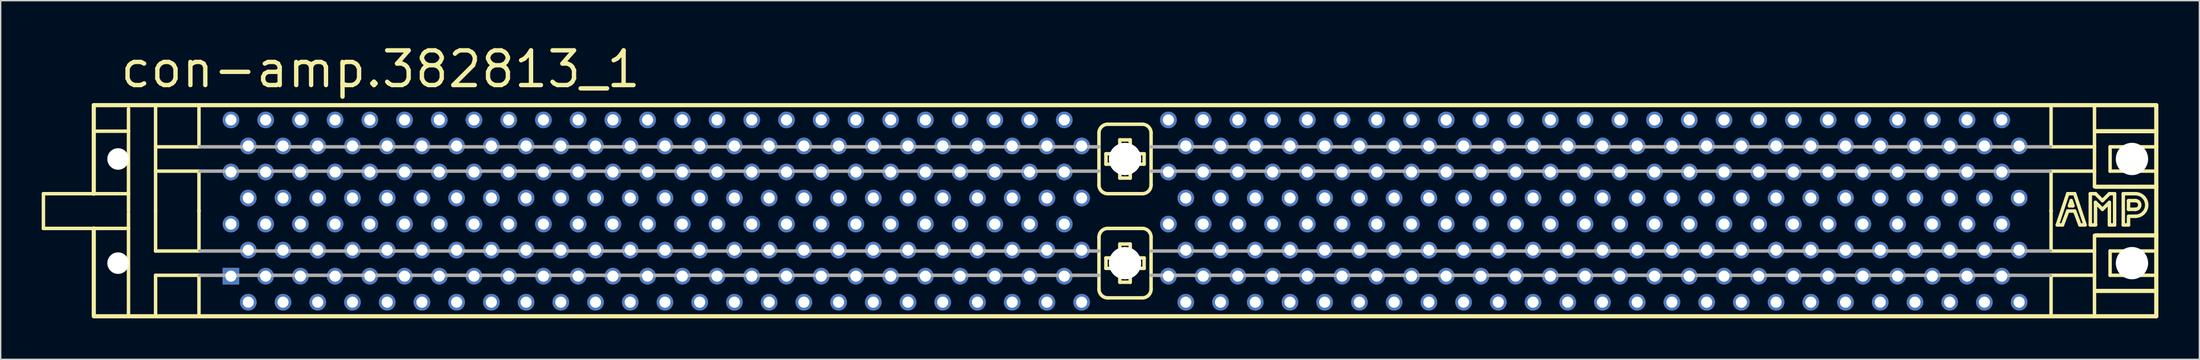
<source format=kicad_pcb>
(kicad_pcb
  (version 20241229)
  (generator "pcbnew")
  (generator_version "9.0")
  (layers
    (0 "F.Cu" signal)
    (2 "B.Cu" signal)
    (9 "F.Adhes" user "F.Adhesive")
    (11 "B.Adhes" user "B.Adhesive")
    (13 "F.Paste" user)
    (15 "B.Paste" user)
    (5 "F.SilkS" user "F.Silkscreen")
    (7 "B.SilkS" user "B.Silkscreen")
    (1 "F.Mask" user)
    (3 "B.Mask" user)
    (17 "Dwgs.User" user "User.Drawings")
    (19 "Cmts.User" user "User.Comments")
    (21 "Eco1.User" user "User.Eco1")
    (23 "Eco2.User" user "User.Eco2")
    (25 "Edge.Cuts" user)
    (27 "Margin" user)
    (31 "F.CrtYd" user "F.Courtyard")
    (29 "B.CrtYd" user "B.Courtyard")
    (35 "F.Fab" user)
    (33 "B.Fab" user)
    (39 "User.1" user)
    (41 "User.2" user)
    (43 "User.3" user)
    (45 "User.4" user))
  (footprint "con-amp.382813_1"
    (layer "F.Cu")
    (at 79.248 12.39)
    (property "Reference" "con-amp.382813_1" (at -73.66 -8.89 0) (layer "F.SilkS") (effects (font (size 2.54 2.54) (thickness 0.32)) (justify left bottom)))
    (attr through_hole)
    (fp_line (start -79.121 -1.27) (end -79.121 1.27) (stroke (width 0.254) (type default)) (layer "F.SilkS"))
    (fp_line (start -79.121 1.27) (end -75.438 1.27) (stroke (width 0.254) (type default)) (layer "F.SilkS"))
    (fp_line (start -75.438 -7.747) (end -75.438 -1.27) (stroke (width 0.305) (type default)) (layer "F.SilkS"))
    (fp_line (start -75.438 -7.747) (end 75.438 -7.747) (stroke (width 0.305) (type default)) (layer "F.SilkS"))
    (fp_line (start -75.438 -1.27) (end -79.121 -1.27) (stroke (width 0.254) (type default)) (layer "F.SilkS"))
    (fp_line (start -75.438 -1.27) (end -72.898 -1.27) (stroke (width 0.254) (type default)) (layer "F.SilkS"))
    (fp_line (start -75.438 1.27) (end -75.438 7.62) (stroke (width 0.305) (type default)) (layer "F.SilkS"))
    (fp_line (start -75.438 1.27) (end -72.898 1.27) (stroke (width 0.254) (type default)) (layer "F.SilkS"))
    (fp_line (start -75.311 -5.842) (end -72.898 -5.842) (stroke (width 0.254) (type default)) (layer "F.SilkS"))
    (fp_line (start -72.898 -7.493) (end -72.898 -5.842) (stroke (width 0.254) (type default)) (layer "F.SilkS"))
    (fp_line (start -72.898 -5.842) (end -72.898 -1.27) (stroke (width 0.254) (type default)) (layer "F.SilkS"))
    (fp_line (start -72.898 -1.27) (end -72.898 0) (stroke (width 0.254) (type default)) (layer "F.SilkS"))
    (fp_line (start -72.898 0.127) (end -72.898 1.27) (stroke (width 0.254) (type default)) (layer "F.SilkS"))
    (fp_line (start -72.898 1.27) (end -72.898 7.62) (stroke (width 0.254) (type default)) (layer "F.SilkS"))
    (fp_line (start -70.917 -7.671) (end -70.917 -4.699) (stroke (width 0.254) (type default)) (layer "F.SilkS"))
    (fp_line (start -70.917 -4.699) (end -70.917 -2.921) (stroke (width 0.254) (type default)) (layer "F.SilkS"))
    (fp_line (start -70.917 -4.699) (end -67.818 -4.699) (stroke (width 0.254) (type default)) (layer "F.SilkS"))
    (fp_line (start -70.917 -2.921) (end -70.917 0) (stroke (width 0.254) (type default)) (layer "F.SilkS"))
    (fp_line (start -70.917 -2.921) (end -67.818 -2.921) (stroke (width 0.254) (type default)) (layer "F.SilkS"))
    (fp_line (start -70.917 -0.051) (end -70.917 0) (stroke (width 0.254) (type default)) (layer "F.SilkS"))
    (fp_line (start -70.917 0) (end -70.917 2.921) (stroke (width 0.254) (type default)) (layer "F.SilkS"))
    (fp_line (start -70.917 2.921) (end -67.818 2.921) (stroke (width 0.254) (type default)) (layer "F.SilkS"))
    (fp_line (start -70.917 4.699) (end -70.917 7.62) (stroke (width 0.254) (type default)) (layer "F.SilkS"))
    (fp_line (start -70.917 4.699) (end -67.818 4.699) (stroke (width 0.254) (type default)) (layer "F.SilkS"))
    (fp_line (start -67.742 -7.671) (end -67.742 -4.699) (stroke (width 0.254) (type default)) (layer "F.SilkS"))
    (fp_line (start -67.742 -2.921) (end -67.742 0) (stroke (width 0.254) (type default)) (layer "F.SilkS"))
    (fp_line (start -67.742 -0.051) (end -67.742 0) (stroke (width 0.254) (type default)) (layer "F.SilkS"))
    (fp_line (start -67.742 0) (end -67.742 2.921) (stroke (width 0.254) (type default)) (layer "F.SilkS"))
    (fp_line (start -67.742 4.699) (end -67.742 7.62) (stroke (width 0.254) (type default)) (layer "F.SilkS"))
    (fp_line (start -1.905 -5.715) (end -1.905 -1.905) (stroke (width 0.254) (type default)) (layer "F.SilkS"))
    (fp_line (start -1.905 1.905) (end -1.905 5.715) (stroke (width 0.254) (type default)) (layer "F.SilkS"))
    (fp_line (start -1.397 -4.191) (end -1.397 -3.429) (stroke (width 0.254) (type default)) (layer "F.SilkS"))
    (fp_line (start -1.397 -3.429) (end -0.381 -3.429) (stroke (width 0.254) (type default)) (layer "F.SilkS"))
    (fp_line (start -1.397 3.429) (end -1.397 4.191) (stroke (width 0.254) (type default)) (layer "F.SilkS"))
    (fp_line (start -1.397 4.191) (end -0.381 4.191) (stroke (width 0.254) (type default)) (layer "F.SilkS"))
    (fp_line (start -1.27 -1.27) (end 1.27 -1.27) (stroke (width 0.254) (type default)) (layer "F.SilkS"))
    (fp_line (start -1.27 6.35) (end 1.27 6.35) (stroke (width 0.254) (type default)) (layer "F.SilkS"))
    (fp_line (start -0.381 -5.207) (end -0.381 -4.191) (stroke (width 0.254) (type default)) (layer "F.SilkS"))
    (fp_line (start -0.381 -4.191) (end -1.397 -4.191) (stroke (width 0.254) (type default)) (layer "F.SilkS"))
    (fp_line (start -0.381 -3.429) (end -0.381 -2.413) (stroke (width 0.254) (type default)) (layer "F.SilkS"))
    (fp_line (start -0.381 -2.413) (end 0.381 -2.413) (stroke (width 0.254) (type default)) (layer "F.SilkS"))
    (fp_line (start -0.381 2.413) (end -0.381 3.429) (stroke (width 0.254) (type default)) (layer "F.SilkS"))
    (fp_line (start -0.381 3.429) (end -1.397 3.429) (stroke (width 0.254) (type default)) (layer "F.SilkS"))
    (fp_line (start -0.381 4.191) (end -0.381 5.207) (stroke (width 0.254) (type default)) (layer "F.SilkS"))
    (fp_line (start -0.381 5.207) (end 0.381 5.207) (stroke (width 0.254) (type default)) (layer "F.SilkS"))
    (fp_line (start 0.381 -5.207) (end -0.381 -5.207) (stroke (width 0.254) (type default)) (layer "F.SilkS"))
    (fp_line (start 0.381 -4.191) (end 0.381 -5.207) (stroke (width 0.254) (type default)) (layer "F.SilkS"))
    (fp_line (start 0.381 -3.429) (end 1.397 -3.429) (stroke (width 0.254) (type default)) (layer "F.SilkS"))
    (fp_line (start 0.381 -2.413) (end 0.381 -3.429) (stroke (width 0.254) (type default)) (layer "F.SilkS"))
    (fp_line (start 0.381 2.413) (end -0.381 2.413) (stroke (width 0.254) (type default)) (layer "F.SilkS"))
    (fp_line (start 0.381 3.429) (end 0.381 2.413) (stroke (width 0.254) (type default)) (layer "F.SilkS"))
    (fp_line (start 0.381 4.191) (end 1.397 4.191) (stroke (width 0.254) (type default)) (layer "F.SilkS"))
    (fp_line (start 0.381 5.207) (end 0.381 4.191) (stroke (width 0.254) (type default)) (layer "F.SilkS"))
    (fp_line (start 1.27 -6.35) (end -1.27 -6.35) (stroke (width 0.254) (type default)) (layer "F.SilkS"))
    (fp_line (start 1.27 1.27) (end -1.27 1.27) (stroke (width 0.254) (type default)) (layer "F.SilkS"))
    (fp_line (start 1.397 -4.191) (end 0.381 -4.191) (stroke (width 0.254) (type default)) (layer "F.SilkS"))
    (fp_line (start 1.397 -3.429) (end 1.397 -4.191) (stroke (width 0.254) (type default)) (layer "F.SilkS"))
    (fp_line (start 1.397 3.429) (end 0.381 3.429) (stroke (width 0.254) (type default)) (layer "F.SilkS"))
    (fp_line (start 1.397 4.191) (end 1.397 3.429) (stroke (width 0.254) (type default)) (layer "F.SilkS"))
    (fp_line (start 1.905 -1.905) (end 1.905 -5.715) (stroke (width 0.254) (type default)) (layer "F.SilkS"))
    (fp_line (start 1.905 5.715) (end 1.905 1.905) (stroke (width 0.254) (type default)) (layer "F.SilkS"))
    (fp_line (start 67.742 -7.671) (end 67.742 -4.699) (stroke (width 0.254) (type default)) (layer "F.SilkS"))
    (fp_line (start 67.742 -2.921) (end 67.742 0) (stroke (width 0.254) (type default)) (layer "F.SilkS"))
    (fp_line (start 67.742 -0.051) (end 67.742 0) (stroke (width 0.254) (type default)) (layer "F.SilkS"))
    (fp_line (start 67.742 0) (end 67.742 2.921) (stroke (width 0.254) (type default)) (layer "F.SilkS"))
    (fp_line (start 67.742 4.699) (end 67.742 7.62) (stroke (width 0.254) (type default)) (layer "F.SilkS"))
    (fp_line (start 68.199 1.016) (end 68.961 -1.27) (stroke (width 0.254) (type default)) (layer "F.SilkS"))
    (fp_line (start 68.58 1.016) (end 68.199 1.016) (stroke (width 0.254) (type default)) (layer "F.SilkS"))
    (fp_line (start 68.961 -1.27) (end 69.469 -1.27) (stroke (width 0.254) (type default)) (layer "F.SilkS"))
    (fp_line (start 68.961 0) (end 68.58 1.016) (stroke (width 0.254) (type default)) (layer "F.SilkS"))
    (fp_line (start 69.088 -0.381) (end 69.342 -0.381) (stroke (width 0.254) (type default)) (layer "F.SilkS"))
    (fp_line (start 69.215 -0.762) (end 69.088 -0.381) (stroke (width 0.254) (type default)) (layer "F.SilkS"))
    (fp_line (start 69.342 -0.381) (end 69.215 -0.762) (stroke (width 0.254) (type default)) (layer "F.SilkS"))
    (fp_line (start 69.469 -1.27) (end 70.231 1.016) (stroke (width 0.254) (type default)) (layer "F.SilkS"))
    (fp_line (start 69.469 0) (end 68.961 0) (stroke (width 0.254) (type default)) (layer "F.SilkS"))
    (fp_line (start 69.85 1.016) (end 69.469 0) (stroke (width 0.254) (type default)) (layer "F.SilkS"))
    (fp_line (start 70.231 1.016) (end 69.85 1.016) (stroke (width 0.254) (type default)) (layer "F.SilkS"))
    (fp_line (start 70.612 -1.27) (end 70.993 -1.27) (stroke (width 0.254) (type default)) (layer "F.SilkS"))
    (fp_line (start 70.612 1.016) (end 70.612 -1.27) (stroke (width 0.254) (type default)) (layer "F.SilkS"))
    (fp_line (start 70.917 -7.671) (end 70.917 -4.699) (stroke (width 0.254) (type default)) (layer "F.SilkS"))
    (fp_line (start 70.917 -4.699) (end 67.818 -4.699) (stroke (width 0.254) (type default)) (layer "F.SilkS"))
    (fp_line (start 70.917 -4.699) (end 70.917 -2.921) (stroke (width 0.254) (type default)) (layer "F.SilkS"))
    (fp_line (start 70.917 -2.921) (end 67.818 -2.921) (stroke (width 0.254) (type default)) (layer "F.SilkS"))
    (fp_line (start 70.917 -2.921) (end 70.917 -1.778) (stroke (width 0.254) (type default)) (layer "F.SilkS"))
    (fp_line (start 70.917 1.778) (end 70.917 2.921) (stroke (width 0.254) (type default)) (layer "F.SilkS"))
    (fp_line (start 70.917 2.921) (end 67.818 2.921) (stroke (width 0.254) (type default)) (layer "F.SilkS"))
    (fp_line (start 70.917 2.921) (end 70.917 4.699) (stroke (width 0.254) (type default)) (layer "F.SilkS"))
    (fp_line (start 70.917 4.699) (end 67.818 4.699) (stroke (width 0.254) (type default)) (layer "F.SilkS"))
    (fp_line (start 70.917 4.699) (end 70.917 7.62) (stroke (width 0.254) (type default)) (layer "F.SilkS"))
    (fp_line (start 70.993 -1.27) (end 71.501 -0.762) (stroke (width 0.254) (type default)) (layer "F.SilkS"))
    (fp_line (start 70.993 -0.635) (end 70.993 1.016) (stroke (width 0.254) (type default)) (layer "F.SilkS"))
    (fp_line (start 70.993 1.016) (end 70.612 1.016) (stroke (width 0.254) (type default)) (layer "F.SilkS"))
    (fp_line (start 71.501 -0.762) (end 72.009 -1.27) (stroke (width 0.254) (type default)) (layer "F.SilkS"))
    (fp_line (start 71.501 -0.127) (end 70.993 -0.635) (stroke (width 0.254) (type default)) (layer "F.SilkS"))
    (fp_line (start 72.009 -1.27) (end 72.39 -1.27) (stroke (width 0.254) (type default)) (layer "F.SilkS"))
    (fp_line (start 72.009 -0.635) (end 71.501 -0.127) (stroke (width 0.254) (type default)) (layer "F.SilkS"))
    (fp_line (start 72.009 1.016) (end 72.009 -0.635) (stroke (width 0.254) (type default)) (layer "F.SilkS"))
    (fp_line (start 72.06 -4.699) (end 72.06 -2.921) (stroke (width 0.254) (type default)) (layer "F.SilkS"))
    (fp_line (start 72.06 2.921) (end 72.06 4.699) (stroke (width 0.254) (type default)) (layer "F.SilkS"))
    (fp_line (start 72.39 -1.27) (end 72.39 1.016) (stroke (width 0.254) (type default)) (layer "F.SilkS"))
    (fp_line (start 72.39 1.016) (end 72.009 1.016) (stroke (width 0.254) (type default)) (layer "F.SilkS"))
    (fp_line (start 73.025 -1.27) (end 73.914 -1.27) (stroke (width 0.254) (type default)) (layer "F.SilkS"))
    (fp_line (start 73.025 1.016) (end 73.025 -1.27) (stroke (width 0.254) (type default)) (layer "F.SilkS"))
    (fp_line (start 73.025 1.016) (end 73.406 1.016) (stroke (width 0.254) (type default)) (layer "F.SilkS"))
    (fp_line (start 73.406 -0.762) (end 73.914 -0.762) (stroke (width 0.254) (type default)) (layer "F.SilkS"))
    (fp_line (start 73.406 -0.127) (end 73.406 -0.762) (stroke (width 0.254) (type default)) (layer "F.SilkS"))
    (fp_line (start 73.406 0.381) (end 73.914 0.381) (stroke (width 0.254) (type default)) (layer "F.SilkS"))
    (fp_line (start 73.406 1.016) (end 73.406 0.508) (stroke (width 0.254) (type default)) (layer "F.SilkS"))
    (fp_line (start 73.914 -0.127) (end 73.406 -0.127) (stroke (width 0.254) (type default)) (layer "F.SilkS"))
    (fp_line (start 75.438 -7.747) (end 75.438 -5.842) (stroke (width 0.305) (type default)) (layer "F.SilkS"))
    (fp_line (start 75.438 -5.842) (end 70.993 -5.842) (stroke (width 0.305) (type default)) (layer "F.SilkS"))
    (fp_line (start 75.438 -5.842) (end 75.438 -4.699) (stroke (width 0.305) (type default)) (layer "F.SilkS"))
    (fp_line (start 75.438 -4.699) (end 72.06 -4.699) (stroke (width 0.254) (type default)) (layer "F.SilkS"))
    (fp_line (start 75.438 -4.699) (end 75.438 -2.921) (stroke (width 0.305) (type default)) (layer "F.SilkS"))
    (fp_line (start 75.438 -2.921) (end 72.06 -2.921) (stroke (width 0.254) (type default)) (layer "F.SilkS"))
    (fp_line (start 75.438 -2.921) (end 75.438 -1.778) (stroke (width 0.305) (type default)) (layer "F.SilkS"))
    (fp_line (start 75.438 -1.778) (end 70.993 -1.778) (stroke (width 0.305) (type default)) (layer "F.SilkS"))
    (fp_line (start 75.438 -1.778) (end 75.438 1.778) (stroke (width 0.305) (type default)) (layer "F.SilkS"))
    (fp_line (start 75.438 1.778) (end 70.993 1.778) (stroke (width 0.305) (type default)) (layer "F.SilkS"))
    (fp_line (start 75.438 1.778) (end 75.438 2.921) (stroke (width 0.305) (type default)) (layer "F.SilkS"))
    (fp_line (start 75.438 2.921) (end 72.06 2.921) (stroke (width 0.254) (type default)) (layer "F.SilkS"))
    (fp_line (start 75.438 2.921) (end 75.438 4.699) (stroke (width 0.305) (type default)) (layer "F.SilkS"))
    (fp_line (start 75.438 4.699) (end 72.06 4.699) (stroke (width 0.254) (type default)) (layer "F.SilkS"))
    (fp_line (start 75.438 4.699) (end 75.438 5.842) (stroke (width 0.305) (type default)) (layer "F.SilkS"))
    (fp_line (start 75.438 5.842) (end 70.993 5.842) (stroke (width 0.305) (type default)) (layer "F.SilkS"))
    (fp_line (start 75.438 5.842) (end 75.438 7.696) (stroke (width 0.305) (type default)) (layer "F.SilkS"))
    (fp_line (start 75.438 7.696) (end -75.438 7.696) (stroke (width 0.305) (type default)) (layer "F.SilkS"))
    (fp_arc (start -1.905 -5.715) (mid -1.719013 -6.164013) (end -1.27 -6.35) (stroke (width 0.254) (type default)) (layer "F.SilkS"))
    (fp_arc (start -1.905 1.905) (mid -1.719013 1.455987) (end -1.27 1.27) (stroke (width 0.254) (type default)) (layer "F.SilkS"))
    (fp_arc (start -1.27 -1.27) (mid -1.719013 -1.455987) (end -1.905 -1.905) (stroke (width 0.254) (type default)) (layer "F.SilkS"))
    (fp_arc (start -1.27 6.35) (mid -1.719013 6.164013) (end -1.905 5.715) (stroke (width 0.254) (type default)) (layer "F.SilkS"))
    (fp_arc (start 1.27 -6.35) (mid 1.719013 -6.164013) (end 1.905 -5.715) (stroke (width 0.254) (type default)) (layer "F.SilkS"))
    (fp_arc (start 1.27 1.27) (mid 1.719013 1.455987) (end 1.905 1.905) (stroke (width 0.254) (type default)) (layer "F.SilkS"))
    (fp_arc (start 1.905 -1.905) (mid 1.719013 -1.455987) (end 1.27 -1.27) (stroke (width 0.254) (type default)) (layer "F.SilkS"))
    (fp_arc (start 1.905 5.715) (mid 1.719013 6.164013) (end 1.27 6.35) (stroke (width 0.254) (type default)) (layer "F.SilkS"))
    (fp_arc (start 73.914 -1.27) (mid 74.7395 -0.4445) (end 73.914 0.381) (stroke (width 0.254) (type default)) (layer "F.SilkS"))
    (fp_arc (start 73.914 -0.762) (mid 74.2315 -0.4445) (end 73.914 -0.127) (stroke (width 0.254) (type default)) (layer "F.SilkS"))
    (fp_line (start -67.691 -4.699) (end -1.905 -4.699) (stroke (width 0.254) (type default)) (layer "F.Fab"))
    (fp_line (start -67.691 -2.921) (end -1.905 -2.921) (stroke (width 0.254) (type default)) (layer "F.Fab"))
    (fp_line (start -67.691 2.921) (end -1.905 2.921) (stroke (width 0.254) (type default)) (layer "F.Fab"))
    (fp_line (start -67.691 4.699) (end -1.905 4.699) (stroke (width 0.254) (type default)) (layer "F.Fab"))
    (fp_line (start 1.905 -4.699) (end 67.691 -4.699) (stroke (width 0.254) (type default)) (layer "F.Fab"))
    (fp_line (start 1.905 -2.921) (end 67.691 -2.921) (stroke (width 0.254) (type default)) (layer "F.Fab"))
    (fp_line (start 1.905 2.921) (end 67.691 2.921) (stroke (width 0.254) (type default)) (layer "F.Fab"))
    (fp_line (start 1.905 4.699) (end 67.691 4.699) (stroke (width 0.254) (type default)) (layer "F.Fab"))
    (pad "" np_thru_hole circle (at -73.66 -3.81) (size 1.575 1.575) (drill 1.575) (layers "*.Cu" "*.Mask"))
    (pad "" np_thru_hole circle (at -73.66 3.81) (size 1.575 1.575) (drill 1.575) (layers "*.Cu" "*.Mask"))
    (pad "" np_thru_hole circle (at 0 -3.81) (size 2.362 2.362) (drill 2.362) (layers "*.Cu" "*.Mask"))
    (pad "" np_thru_hole circle (at 0 3.81) (size 2.362 2.362) (drill 2.362) (layers "*.Cu" "*.Mask"))
    (pad "" np_thru_hole circle (at 73.66 -3.81) (size 2.362 2.362) (drill 2.362) (layers "*.Cu" "*.Mask"))
    (pad "" np_thru_hole circle (at 73.66 3.81) (size 2.362 2.362) (drill 2.362) (layers "*.Cu" "*.Mask"))
    (pad "1" thru_hole rect (at -65.405 4.763) (size 1.219 1.219) (drill 0.813) (layers "*.Cu" "*.Mask"))
    (pad "2" thru_hole circle (at -64.135 6.668) (size 1.219 1.219) (drill 0.813) (layers "*.Cu" "*.Mask"))
    (pad "3" thru_hole circle (at -62.865 4.763) (size 1.219 1.219) (drill 0.813) (layers "*.Cu" "*.Mask"))
    (pad "4" thru_hole circle (at -61.595 6.668) (size 1.219 1.219) (drill 0.813) (layers "*.Cu" "*.Mask"))
    (pad "5" thru_hole circle (at -60.325 4.763) (size 1.219 1.219) (drill 0.813) (layers "*.Cu" "*.Mask"))
    (pad "6" thru_hole circle (at -59.055 6.668) (size 1.219 1.219) (drill 0.813) (layers "*.Cu" "*.Mask"))
    (pad "7" thru_hole circle (at -57.785 4.763) (size 1.219 1.219) (drill 0.813) (layers "*.Cu" "*.Mask"))
    (pad "8" thru_hole circle (at -56.515 6.668) (size 1.219 1.219) (drill 0.813) (layers "*.Cu" "*.Mask"))
    (pad "9" thru_hole circle (at -55.245 4.763) (size 1.219 1.219) (drill 0.813) (layers "*.Cu" "*.Mask"))
    (pad "10" thru_hole circle (at -53.975 6.668) (size 1.219 1.219) (drill 0.813) (layers "*.Cu" "*.Mask"))
    (pad "11" thru_hole circle (at -52.705 4.763) (size 1.219 1.219) (drill 0.813) (layers "*.Cu" "*.Mask"))
    (pad "12" thru_hole circle (at -51.435 6.668) (size 1.219 1.219) (drill 0.813) (layers "*.Cu" "*.Mask"))
    (pad "13" thru_hole circle (at -50.165 4.763) (size 1.219 1.219) (drill 0.813) (layers "*.Cu" "*.Mask"))
    (pad "14" thru_hole circle (at -48.895 6.668) (size 1.219 1.219) (drill 0.813) (layers "*.Cu" "*.Mask"))
    (pad "15" thru_hole circle (at -47.625 4.763) (size 1.219 1.219) (drill 0.813) (layers "*.Cu" "*.Mask"))
    (pad "16" thru_hole circle (at -46.355 6.668) (size 1.219 1.219) (drill 0.813) (layers "*.Cu" "*.Mask"))
    (pad "17" thru_hole circle (at -45.085 4.763) (size 1.219 1.219) (drill 0.813) (layers "*.Cu" "*.Mask"))
    (pad "18" thru_hole circle (at -43.815 6.668) (size 1.219 1.219) (drill 0.813) (layers "*.Cu" "*.Mask"))
    (pad "19" thru_hole circle (at -42.545 4.763) (size 1.219 1.219) (drill 0.813) (layers "*.Cu" "*.Mask"))
    (pad "20" thru_hole circle (at -41.275 6.668) (size 1.219 1.219) (drill 0.813) (layers "*.Cu" "*.Mask"))
    (pad "21" thru_hole circle (at -40.005 4.763) (size 1.219 1.219) (drill 0.813) (layers "*.Cu" "*.Mask"))
    (pad "22" thru_hole circle (at -38.735 6.668) (size 1.219 1.219) (drill 0.813) (layers "*.Cu" "*.Mask"))
    (pad "23" thru_hole circle (at -37.465 4.763) (size 1.219 1.219) (drill 0.813) (layers "*.Cu" "*.Mask"))
    (pad "24" thru_hole circle (at -36.195 6.668) (size 1.219 1.219) (drill 0.813) (layers "*.Cu" "*.Mask"))
    (pad "25" thru_hole circle (at -34.925 4.763) (size 1.219 1.219) (drill 0.813) (layers "*.Cu" "*.Mask"))
    (pad "26" thru_hole circle (at -33.655 6.668) (size 1.219 1.219) (drill 0.813) (layers "*.Cu" "*.Mask"))
    (pad "27" thru_hole circle (at -32.385 4.763) (size 1.219 1.219) (drill 0.813) (layers "*.Cu" "*.Mask"))
    (pad "28" thru_hole circle (at -31.115 6.668) (size 1.219 1.219) (drill 0.813) (layers "*.Cu" "*.Mask"))
    (pad "29" thru_hole circle (at -29.845 4.763) (size 1.219 1.219) (drill 0.813) (layers "*.Cu" "*.Mask"))
    (pad "30" thru_hole circle (at -28.575 6.668) (size 1.219 1.219) (drill 0.813) (layers "*.Cu" "*.Mask"))
    (pad "31" thru_hole circle (at -27.305 4.763) (size 1.219 1.219) (drill 0.813) (layers "*.Cu" "*.Mask"))
    (pad "32" thru_hole circle (at -26.035 6.668) (size 1.219 1.219) (drill 0.813) (layers "*.Cu" "*.Mask"))
    (pad "33" thru_hole circle (at -24.765 4.763) (size 1.219 1.219) (drill 0.813) (layers "*.Cu" "*.Mask"))
    (pad "34" thru_hole circle (at -23.495 6.668) (size 1.219 1.219) (drill 0.813) (layers "*.Cu" "*.Mask"))
    (pad "35" thru_hole circle (at -22.225 4.763) (size 1.219 1.219) (drill 0.813) (layers "*.Cu" "*.Mask"))
    (pad "36" thru_hole circle (at -20.955 6.668) (size 1.219 1.219) (drill 0.813) (layers "*.Cu" "*.Mask"))
    (pad "37" thru_hole circle (at -19.685 4.763) (size 1.219 1.219) (drill 0.813) (layers "*.Cu" "*.Mask"))
    (pad "38" thru_hole circle (at -18.415 6.668) (size 1.219 1.219) (drill 0.813) (layers "*.Cu" "*.Mask"))
    (pad "39" thru_hole circle (at -17.145 4.763) (size 1.219 1.219) (drill 0.813) (layers "*.Cu" "*.Mask"))
    (pad "40" thru_hole circle (at -15.875 6.668) (size 1.219 1.219) (drill 0.813) (layers "*.Cu" "*.Mask"))
    (pad "41" thru_hole circle (at -14.605 4.763) (size 1.219 1.219) (drill 0.813) (layers "*.Cu" "*.Mask"))
    (pad "42" thru_hole circle (at -13.335 6.668) (size 1.219 1.219) (drill 0.813) (layers "*.Cu" "*.Mask"))
    (pad "43" thru_hole circle (at -12.065 4.763) (size 1.219 1.219) (drill 0.813) (layers "*.Cu" "*.Mask"))
    (pad "44" thru_hole circle (at -10.795 6.668) (size 1.219 1.219) (drill 0.813) (layers "*.Cu" "*.Mask"))
    (pad "45" thru_hole circle (at -9.525 4.763) (size 1.219 1.219) (drill 0.813) (layers "*.Cu" "*.Mask"))
    (pad "46" thru_hole circle (at -8.255 6.668) (size 1.219 1.219) (drill 0.813) (layers "*.Cu" "*.Mask"))
    (pad "47" thru_hole circle (at -6.985 4.763) (size 1.219 1.219) (drill 0.813) (layers "*.Cu" "*.Mask"))
    (pad "48" thru_hole circle (at -5.715 6.668) (size 1.219 1.219) (drill 0.813) (layers "*.Cu" "*.Mask"))
    (pad "49" thru_hole circle (at -4.445 4.763) (size 1.219 1.219) (drill 0.813) (layers "*.Cu" "*.Mask"))
    (pad "50" thru_hole circle (at -3.175 6.668) (size 1.219 1.219) (drill 0.813) (layers "*.Cu" "*.Mask"))
    (pad "51" thru_hole circle (at 3.175 4.763) (size 1.219 1.219) (drill 0.813) (layers "*.Cu" "*.Mask"))
    (pad "52" thru_hole circle (at 4.445 6.668) (size 1.219 1.219) (drill 0.813) (layers "*.Cu" "*.Mask"))
    (pad "53" thru_hole circle (at 5.715 4.763) (size 1.219 1.219) (drill 0.813) (layers "*.Cu" "*.Mask"))
    (pad "54" thru_hole circle (at 6.985 6.668) (size 1.219 1.219) (drill 0.813) (layers "*.Cu" "*.Mask"))
    (pad "55" thru_hole circle (at 8.255 4.763) (size 1.219 1.219) (drill 0.813) (layers "*.Cu" "*.Mask"))
    (pad "56" thru_hole circle (at 9.525 6.668) (size 1.219 1.219) (drill 0.813) (layers "*.Cu" "*.Mask"))
    (pad "57" thru_hole circle (at 10.795 4.763) (size 1.219 1.219) (drill 0.813) (layers "*.Cu" "*.Mask"))
    (pad "58" thru_hole circle (at 12.065 6.668) (size 1.219 1.219) (drill 0.813) (layers "*.Cu" "*.Mask"))
    (pad "59" thru_hole circle (at 13.335 4.763) (size 1.219 1.219) (drill 0.813) (layers "*.Cu" "*.Mask"))
    (pad "60" thru_hole circle (at 14.605 6.668) (size 1.219 1.219) (drill 0.813) (layers "*.Cu" "*.Mask"))
    (pad "61" thru_hole circle (at 15.875 4.763) (size 1.219 1.219) (drill 0.813) (layers "*.Cu" "*.Mask"))
    (pad "62" thru_hole circle (at 17.145 6.668) (size 1.219 1.219) (drill 0.813) (layers "*.Cu" "*.Mask"))
    (pad "63" thru_hole circle (at 18.415 4.763) (size 1.219 1.219) (drill 0.813) (layers "*.Cu" "*.Mask"))
    (pad "64" thru_hole circle (at 19.685 6.668) (size 1.219 1.219) (drill 0.813) (layers "*.Cu" "*.Mask"))
    (pad "65" thru_hole circle (at 20.955 4.763) (size 1.219 1.219) (drill 0.813) (layers "*.Cu" "*.Mask"))
    (pad "66" thru_hole circle (at 22.225 6.668) (size 1.219 1.219) (drill 0.813) (layers "*.Cu" "*.Mask"))
    (pad "67" thru_hole circle (at 23.495 4.763) (size 1.219 1.219) (drill 0.813) (layers "*.Cu" "*.Mask"))
    (pad "68" thru_hole circle (at 24.765 6.668) (size 1.219 1.219) (drill 0.813) (layers "*.Cu" "*.Mask"))
    (pad "69" thru_hole circle (at 26.035 4.763) (size 1.219 1.219) (drill 0.813) (layers "*.Cu" "*.Mask"))
    (pad "70" thru_hole circle (at 27.305 6.668) (size 1.219 1.219) (drill 0.813) (layers "*.Cu" "*.Mask"))
    (pad "71" thru_hole circle (at 28.575 4.763) (size 1.219 1.219) (drill 0.813) (layers "*.Cu" "*.Mask"))
    (pad "72" thru_hole circle (at 29.845 6.668) (size 1.219 1.219) (drill 0.813) (layers "*.Cu" "*.Mask"))
    (pad "73" thru_hole circle (at 31.115 4.763) (size 1.219 1.219) (drill 0.813) (layers "*.Cu" "*.Mask"))
    (pad "74" thru_hole circle (at 32.385 6.668) (size 1.219 1.219) (drill 0.813) (layers "*.Cu" "*.Mask"))
    (pad "75" thru_hole circle (at 33.655 4.763) (size 1.219 1.219) (drill 0.813) (layers "*.Cu" "*.Mask"))
    (pad "76" thru_hole circle (at 34.925 6.668) (size 1.219 1.219) (drill 0.813) (layers "*.Cu" "*.Mask"))
    (pad "77" thru_hole circle (at 36.195 4.763) (size 1.219 1.219) (drill 0.813) (layers "*.Cu" "*.Mask"))
    (pad "78" thru_hole circle (at 37.465 6.668) (size 1.219 1.219) (drill 0.813) (layers "*.Cu" "*.Mask"))
    (pad "79" thru_hole circle (at 38.735 4.763) (size 1.219 1.219) (drill 0.813) (layers "*.Cu" "*.Mask"))
    (pad "80" thru_hole circle (at 40.005 6.668) (size 1.219 1.219) (drill 0.813) (layers "*.Cu" "*.Mask"))
    (pad "81" thru_hole circle (at 41.275 4.763) (size 1.219 1.219) (drill 0.813) (layers "*.Cu" "*.Mask"))
    (pad "82" thru_hole circle (at 42.545 6.668) (size 1.219 1.219) (drill 0.813) (layers "*.Cu" "*.Mask"))
    (pad "83" thru_hole circle (at 43.815 4.763) (size 1.219 1.219) (drill 0.813) (layers "*.Cu" "*.Mask"))
    (pad "84" thru_hole circle (at 45.085 6.668) (size 1.219 1.219) (drill 0.813) (layers "*.Cu" "*.Mask"))
    (pad "85" thru_hole circle (at 46.355 4.763) (size 1.219 1.219) (drill 0.813) (layers "*.Cu" "*.Mask"))
    (pad "86" thru_hole circle (at 47.625 6.668) (size 1.219 1.219) (drill 0.813) (layers "*.Cu" "*.Mask"))
    (pad "87" thru_hole circle (at 48.895 4.763) (size 1.219 1.219) (drill 0.813) (layers "*.Cu" "*.Mask"))
    (pad "88" thru_hole circle (at 50.165 6.668) (size 1.219 1.219) (drill 0.813) (layers "*.Cu" "*.Mask"))
    (pad "89" thru_hole circle (at 51.435 4.763) (size 1.219 1.219) (drill 0.813) (layers "*.Cu" "*.Mask"))
    (pad "90" thru_hole circle (at 52.705 6.668) (size 1.219 1.219) (drill 0.813) (layers "*.Cu" "*.Mask"))
    (pad "91" thru_hole circle (at 53.975 4.763) (size 1.219 1.219) (drill 0.813) (layers "*.Cu" "*.Mask"))
    (pad "92" thru_hole circle (at 55.245 6.668) (size 1.219 1.219) (drill 0.813) (layers "*.Cu" "*.Mask"))
    (pad "93" thru_hole circle (at 56.515 4.763) (size 1.219 1.219) (drill 0.813) (layers "*.Cu" "*.Mask"))
    (pad "94" thru_hole circle (at 57.785 6.668) (size 1.219 1.219) (drill 0.813) (layers "*.Cu" "*.Mask"))
    (pad "95" thru_hole circle (at 59.055 4.763) (size 1.219 1.219) (drill 0.813) (layers "*.Cu" "*.Mask"))
    (pad "96" thru_hole circle (at 60.325 6.668) (size 1.219 1.219) (drill 0.813) (layers "*.Cu" "*.Mask"))
    (pad "97" thru_hole circle (at 61.595 4.763) (size 1.219 1.219) (drill 0.813) (layers "*.Cu" "*.Mask"))
    (pad "98" thru_hole circle (at 62.865 6.668) (size 1.219 1.219) (drill 0.813) (layers "*.Cu" "*.Mask"))
    (pad "99" thru_hole circle (at 64.135 4.763) (size 1.219 1.219) (drill 0.813) (layers "*.Cu" "*.Mask"))
    (pad "100" thru_hole circle (at 65.405 6.668) (size 1.219 1.219) (drill 0.813) (layers "*.Cu" "*.Mask"))
    (pad "101" thru_hole circle (at -65.405 0.953) (size 1.219 1.219) (drill 0.813) (layers "*.Cu" "*.Mask"))
    (pad "102" thru_hole circle (at -64.135 2.857) (size 1.219 1.219) (drill 0.813) (layers "*.Cu" "*.Mask"))
    (pad "103" thru_hole circle (at -62.865 0.953) (size 1.219 1.219) (drill 0.813) (layers "*.Cu" "*.Mask"))
    (pad "104" thru_hole circle (at -61.595 2.857) (size 1.219 1.219) (drill 0.813) (layers "*.Cu" "*.Mask"))
    (pad "105" thru_hole circle (at -60.325 0.953) (size 1.219 1.219) (drill 0.813) (layers "*.Cu" "*.Mask"))
    (pad "106" thru_hole circle (at -59.055 2.857) (size 1.219 1.219) (drill 0.813) (layers "*.Cu" "*.Mask"))
    (pad "107" thru_hole circle (at -57.785 0.953) (size 1.219 1.219) (drill 0.813) (layers "*.Cu" "*.Mask"))
    (pad "108" thru_hole circle (at -56.515 2.857) (size 1.219 1.219) (drill 0.813) (layers "*.Cu" "*.Mask"))
    (pad "109" thru_hole circle (at -55.245 0.953) (size 1.219 1.219) (drill 0.813) (layers "*.Cu" "*.Mask"))
    (pad "110" thru_hole circle (at -53.975 2.857) (size 1.219 1.219) (drill 0.813) (layers "*.Cu" "*.Mask"))
    (pad "111" thru_hole circle (at -52.705 0.953) (size 1.219 1.219) (drill 0.813) (layers "*.Cu" "*.Mask"))
    (pad "112" thru_hole circle (at -51.435 2.857) (size 1.219 1.219) (drill 0.813) (layers "*.Cu" "*.Mask"))
    (pad "113" thru_hole circle (at -50.165 0.953) (size 1.219 1.219) (drill 0.813) (layers "*.Cu" "*.Mask"))
    (pad "114" thru_hole circle (at -48.895 2.857) (size 1.219 1.219) (drill 0.813) (layers "*.Cu" "*.Mask"))
    (pad "115" thru_hole circle (at -47.625 0.953) (size 1.219 1.219) (drill 0.813) (layers "*.Cu" "*.Mask"))
    (pad "116" thru_hole circle (at -46.355 2.857) (size 1.219 1.219) (drill 0.813) (layers "*.Cu" "*.Mask"))
    (pad "117" thru_hole circle (at -45.085 0.953) (size 1.219 1.219) (drill 0.813) (layers "*.Cu" "*.Mask"))
    (pad "118" thru_hole circle (at -43.815 2.857) (size 1.219 1.219) (drill 0.813) (layers "*.Cu" "*.Mask"))
    (pad "119" thru_hole circle (at -42.545 0.953) (size 1.219 1.219) (drill 0.813) (layers "*.Cu" "*.Mask"))
    (pad "120" thru_hole circle (at -41.275 2.857) (size 1.219 1.219) (drill 0.813) (layers "*.Cu" "*.Mask"))
    (pad "121" thru_hole circle (at -40.005 0.953) (size 1.219 1.219) (drill 0.813) (layers "*.Cu" "*.Mask"))
    (pad "122" thru_hole circle (at -38.735 2.857) (size 1.219 1.219) (drill 0.813) (layers "*.Cu" "*.Mask"))
    (pad "123" thru_hole circle (at -37.465 0.953) (size 1.219 1.219) (drill 0.813) (layers "*.Cu" "*.Mask"))
    (pad "124" thru_hole circle (at -36.195 2.857) (size 1.219 1.219) (drill 0.813) (layers "*.Cu" "*.Mask"))
    (pad "125" thru_hole circle (at -34.925 0.953) (size 1.219 1.219) (drill 0.813) (layers "*.Cu" "*.Mask"))
    (pad "126" thru_hole circle (at -33.655 2.857) (size 1.219 1.219) (drill 0.813) (layers "*.Cu" "*.Mask"))
    (pad "127" thru_hole circle (at -32.385 0.953) (size 1.219 1.219) (drill 0.813) (layers "*.Cu" "*.Mask"))
    (pad "128" thru_hole circle (at -31.115 2.857) (size 1.219 1.219) (drill 0.813) (layers "*.Cu" "*.Mask"))
    (pad "129" thru_hole circle (at -29.845 0.953) (size 1.219 1.219) (drill 0.813) (layers "*.Cu" "*.Mask"))
    (pad "130" thru_hole circle (at -28.575 2.857) (size 1.219 1.219) (drill 0.813) (layers "*.Cu" "*.Mask"))
    (pad "131" thru_hole circle (at -27.305 0.953) (size 1.219 1.219) (drill 0.813) (layers "*.Cu" "*.Mask"))
    (pad "132" thru_hole circle (at -26.035 2.857) (size 1.219 1.219) (drill 0.813) (layers "*.Cu" "*.Mask"))
    (pad "133" thru_hole circle (at -24.765 0.953) (size 1.219 1.219) (drill 0.813) (layers "*.Cu" "*.Mask"))
    (pad "134" thru_hole circle (at -23.495 2.857) (size 1.219 1.219) (drill 0.813) (layers "*.Cu" "*.Mask"))
    (pad "135" thru_hole circle (at -22.225 0.953) (size 1.219 1.219) (drill 0.813) (layers "*.Cu" "*.Mask"))
    (pad "136" thru_hole circle (at -20.955 2.857) (size 1.219 1.219) (drill 0.813) (layers "*.Cu" "*.Mask"))
    (pad "137" thru_hole circle (at -19.685 0.953) (size 1.219 1.219) (drill 0.813) (layers "*.Cu" "*.Mask"))
    (pad "138" thru_hole circle (at -18.415 2.857) (size 1.219 1.219) (drill 0.813) (layers "*.Cu" "*.Mask"))
    (pad "139" thru_hole circle (at -17.145 0.953) (size 1.219 1.219) (drill 0.813) (layers "*.Cu" "*.Mask"))
    (pad "140" thru_hole circle (at -15.875 2.857) (size 1.219 1.219) (drill 0.813) (layers "*.Cu" "*.Mask"))
    (pad "141" thru_hole circle (at -14.605 0.953) (size 1.219 1.219) (drill 0.813) (layers "*.Cu" "*.Mask"))
    (pad "142" thru_hole circle (at -13.335 2.857) (size 1.219 1.219) (drill 0.813) (layers "*.Cu" "*.Mask"))
    (pad "143" thru_hole circle (at -12.065 0.953) (size 1.219 1.219) (drill 0.813) (layers "*.Cu" "*.Mask"))
    (pad "144" thru_hole circle (at -10.795 2.857) (size 1.219 1.219) (drill 0.813) (layers "*.Cu" "*.Mask"))
    (pad "145" thru_hole circle (at -9.525 0.953) (size 1.219 1.219) (drill 0.813) (layers "*.Cu" "*.Mask"))
    (pad "146" thru_hole circle (at -8.255 2.857) (size 1.219 1.219) (drill 0.813) (layers "*.Cu" "*.Mask"))
    (pad "147" thru_hole circle (at -6.985 0.953) (size 1.219 1.219) (drill 0.813) (layers "*.Cu" "*.Mask"))
    (pad "148" thru_hole circle (at -5.715 2.857) (size 1.219 1.219) (drill 0.813) (layers "*.Cu" "*.Mask"))
    (pad "149" thru_hole circle (at -4.445 0.953) (size 1.219 1.219) (drill 0.813) (layers "*.Cu" "*.Mask"))
    (pad "150" thru_hole circle (at -3.175 2.857) (size 1.219 1.219) (drill 0.813) (layers "*.Cu" "*.Mask"))
    (pad "151" thru_hole circle (at 3.175 0.953) (size 1.219 1.219) (drill 0.813) (layers "*.Cu" "*.Mask"))
    (pad "152" thru_hole circle (at 4.445 2.857) (size 1.219 1.219) (drill 0.813) (layers "*.Cu" "*.Mask"))
    (pad "153" thru_hole circle (at 5.715 0.953) (size 1.219 1.219) (drill 0.813) (layers "*.Cu" "*.Mask"))
    (pad "154" thru_hole circle (at 6.985 2.857) (size 1.219 1.219) (drill 0.813) (layers "*.Cu" "*.Mask"))
    (pad "155" thru_hole circle (at 8.255 0.953) (size 1.219 1.219) (drill 0.813) (layers "*.Cu" "*.Mask"))
    (pad "156" thru_hole circle (at 9.525 2.857) (size 1.219 1.219) (drill 0.813) (layers "*.Cu" "*.Mask"))
    (pad "157" thru_hole circle (at 10.795 0.953) (size 1.219 1.219) (drill 0.813) (layers "*.Cu" "*.Mask"))
    (pad "158" thru_hole circle (at 12.065 2.857) (size 1.219 1.219) (drill 0.813) (layers "*.Cu" "*.Mask"))
    (pad "159" thru_hole circle (at 13.335 0.953) (size 1.219 1.219) (drill 0.813) (layers "*.Cu" "*.Mask"))
    (pad "160" thru_hole circle (at 14.605 2.857) (size 1.219 1.219) (drill 0.813) (layers "*.Cu" "*.Mask"))
    (pad "161" thru_hole circle (at 15.875 0.953) (size 1.219 1.219) (drill 0.813) (layers "*.Cu" "*.Mask"))
    (pad "162" thru_hole circle (at 17.145 2.857) (size 1.219 1.219) (drill 0.813) (layers "*.Cu" "*.Mask"))
    (pad "163" thru_hole circle (at 18.415 0.953) (size 1.219 1.219) (drill 0.813) (layers "*.Cu" "*.Mask"))
    (pad "164" thru_hole circle (at 19.685 2.857) (size 1.219 1.219) (drill 0.813) (layers "*.Cu" "*.Mask"))
    (pad "165" thru_hole circle (at 20.955 0.953) (size 1.219 1.219) (drill 0.813) (layers "*.Cu" "*.Mask"))
    (pad "166" thru_hole circle (at 22.225 2.857) (size 1.219 1.219) (drill 0.813) (layers "*.Cu" "*.Mask"))
    (pad "167" thru_hole circle (at 23.495 0.953) (size 1.219 1.219) (drill 0.813) (layers "*.Cu" "*.Mask"))
    (pad "168" thru_hole circle (at 24.765 2.857) (size 1.219 1.219) (drill 0.813) (layers "*.Cu" "*.Mask"))
    (pad "169" thru_hole circle (at 26.035 0.953) (size 1.219 1.219) (drill 0.813) (layers "*.Cu" "*.Mask"))
    (pad "170" thru_hole circle (at 27.305 2.857) (size 1.219 1.219) (drill 0.813) (layers "*.Cu" "*.Mask"))
    (pad "171" thru_hole circle (at 28.575 0.953) (size 1.219 1.219) (drill 0.813) (layers "*.Cu" "*.Mask"))
    (pad "172" thru_hole circle (at 29.845 2.857) (size 1.219 1.219) (drill 0.813) (layers "*.Cu" "*.Mask"))
    (pad "173" thru_hole circle (at 31.115 0.953) (size 1.219 1.219) (drill 0.813) (layers "*.Cu" "*.Mask"))
    (pad "174" thru_hole circle (at 32.385 2.857) (size 1.219 1.219) (drill 0.813) (layers "*.Cu" "*.Mask"))
    (pad "175" thru_hole circle (at 33.655 0.953) (size 1.219 1.219) (drill 0.813) (layers "*.Cu" "*.Mask"))
    (pad "176" thru_hole circle (at 34.925 2.857) (size 1.219 1.219) (drill 0.813) (layers "*.Cu" "*.Mask"))
    (pad "177" thru_hole circle (at 36.195 0.953) (size 1.219 1.219) (drill 0.813) (layers "*.Cu" "*.Mask"))
    (pad "178" thru_hole circle (at 37.465 2.857) (size 1.219 1.219) (drill 0.813) (layers "*.Cu" "*.Mask"))
    (pad "179" thru_hole circle (at 38.735 0.953) (size 1.219 1.219) (drill 0.813) (layers "*.Cu" "*.Mask"))
    (pad "180" thru_hole circle (at 40.005 2.857) (size 1.219 1.219) (drill 0.813) (layers "*.Cu" "*.Mask"))
    (pad "181" thru_hole circle (at 41.275 0.953) (size 1.219 1.219) (drill 0.813) (layers "*.Cu" "*.Mask"))
    (pad "182" thru_hole circle (at 42.545 2.857) (size 1.219 1.219) (drill 0.813) (layers "*.Cu" "*.Mask"))
    (pad "183" thru_hole circle (at 43.815 0.953) (size 1.219 1.219) (drill 0.813) (layers "*.Cu" "*.Mask"))
    (pad "184" thru_hole circle (at 45.085 2.857) (size 1.219 1.219) (drill 0.813) (layers "*.Cu" "*.Mask"))
    (pad "185" thru_hole circle (at 46.355 0.953) (size 1.219 1.219) (drill 0.813) (layers "*.Cu" "*.Mask"))
    (pad "186" thru_hole circle (at 47.625 2.857) (size 1.219 1.219) (drill 0.813) (layers "*.Cu" "*.Mask"))
    (pad "187" thru_hole circle (at 48.895 0.953) (size 1.219 1.219) (drill 0.813) (layers "*.Cu" "*.Mask"))
    (pad "188" thru_hole circle (at 50.165 2.857) (size 1.219 1.219) (drill 0.813) (layers "*.Cu" "*.Mask"))
    (pad "189" thru_hole circle (at 51.435 0.953) (size 1.219 1.219) (drill 0.813) (layers "*.Cu" "*.Mask"))
    (pad "190" thru_hole circle (at 52.705 2.857) (size 1.219 1.219) (drill 0.813) (layers "*.Cu" "*.Mask"))
    (pad "191" thru_hole circle (at 53.975 0.953) (size 1.219 1.219) (drill 0.813) (layers "*.Cu" "*.Mask"))
    (pad "192" thru_hole circle (at 55.245 2.857) (size 1.219 1.219) (drill 0.813) (layers "*.Cu" "*.Mask"))
    (pad "193" thru_hole circle (at 56.515 0.953) (size 1.219 1.219) (drill 0.813) (layers "*.Cu" "*.Mask"))
    (pad "194" thru_hole circle (at 57.785 2.857) (size 1.219 1.219) (drill 0.813) (layers "*.Cu" "*.Mask"))
    (pad "195" thru_hole circle (at 59.055 0.953) (size 1.219 1.219) (drill 0.813) (layers "*.Cu" "*.Mask"))
    (pad "196" thru_hole circle (at 60.325 2.857) (size 1.219 1.219) (drill 0.813) (layers "*.Cu" "*.Mask"))
    (pad "197" thru_hole circle (at 61.595 0.953) (size 1.219 1.219) (drill 0.813) (layers "*.Cu" "*.Mask"))
    (pad "198" thru_hole circle (at 62.865 2.857) (size 1.219 1.219) (drill 0.813) (layers "*.Cu" "*.Mask"))
    (pad "199" thru_hole circle (at 64.135 0.953) (size 1.219 1.219) (drill 0.813) (layers "*.Cu" "*.Mask"))
    (pad "200" thru_hole circle (at 65.405 2.857) (size 1.219 1.219) (drill 0.813) (layers "*.Cu" "*.Mask"))
    (pad "201" thru_hole circle (at -65.405 -2.857) (size 1.219 1.219) (drill 0.813) (layers "*.Cu" "*.Mask"))
    (pad "202" thru_hole circle (at -64.135 -0.953) (size 1.219 1.219) (drill 0.813) (layers "*.Cu" "*.Mask"))
    (pad "203" thru_hole circle (at -62.865 -2.857) (size 1.219 1.219) (drill 0.813) (layers "*.Cu" "*.Mask"))
    (pad "204" thru_hole circle (at -61.595 -0.953) (size 1.219 1.219) (drill 0.813) (layers "*.Cu" "*.Mask"))
    (pad "205" thru_hole circle (at -60.325 -2.857) (size 1.219 1.219) (drill 0.813) (layers "*.Cu" "*.Mask"))
    (pad "206" thru_hole circle (at -59.055 -0.953) (size 1.219 1.219) (drill 0.813) (layers "*.Cu" "*.Mask"))
    (pad "207" thru_hole circle (at -57.785 -2.857) (size 1.219 1.219) (drill 0.813) (layers "*.Cu" "*.Mask"))
    (pad "208" thru_hole circle (at -56.515 -0.953) (size 1.219 1.219) (drill 0.813) (layers "*.Cu" "*.Mask"))
    (pad "209" thru_hole circle (at -55.245 -2.857) (size 1.219 1.219) (drill 0.813) (layers "*.Cu" "*.Mask"))
    (pad "210" thru_hole circle (at -53.975 -0.953) (size 1.219 1.219) (drill 0.813) (layers "*.Cu" "*.Mask"))
    (pad "211" thru_hole circle (at -52.705 -2.857) (size 1.219 1.219) (drill 0.813) (layers "*.Cu" "*.Mask"))
    (pad "212" thru_hole circle (at -51.435 -0.953) (size 1.219 1.219) (drill 0.813) (layers "*.Cu" "*.Mask"))
    (pad "213" thru_hole circle (at -50.165 -2.857) (size 1.219 1.219) (drill 0.813) (layers "*.Cu" "*.Mask"))
    (pad "214" thru_hole circle (at -48.895 -0.953) (size 1.219 1.219) (drill 0.813) (layers "*.Cu" "*.Mask"))
    (pad "215" thru_hole circle (at -47.625 -2.857) (size 1.219 1.219) (drill 0.813) (layers "*.Cu" "*.Mask"))
    (pad "216" thru_hole circle (at -46.355 -0.953) (size 1.219 1.219) (drill 0.813) (layers "*.Cu" "*.Mask"))
    (pad "217" thru_hole circle (at -45.085 -2.857) (size 1.219 1.219) (drill 0.813) (layers "*.Cu" "*.Mask"))
    (pad "218" thru_hole circle (at -43.815 -0.953) (size 1.219 1.219) (drill 0.813) (layers "*.Cu" "*.Mask"))
    (pad "219" thru_hole circle (at -42.545 -2.857) (size 1.219 1.219) (drill 0.813) (layers "*.Cu" "*.Mask"))
    (pad "220" thru_hole circle (at -41.275 -0.953) (size 1.219 1.219) (drill 0.813) (layers "*.Cu" "*.Mask"))
    (pad "221" thru_hole circle (at -40.005 -2.857) (size 1.219 1.219) (drill 0.813) (layers "*.Cu" "*.Mask"))
    (pad "222" thru_hole circle (at -38.735 -0.953) (size 1.219 1.219) (drill 0.813) (layers "*.Cu" "*.Mask"))
    (pad "223" thru_hole circle (at -37.465 -2.857) (size 1.219 1.219) (drill 0.813) (layers "*.Cu" "*.Mask"))
    (pad "224" thru_hole circle (at -36.195 -0.953) (size 1.219 1.219) (drill 0.813) (layers "*.Cu" "*.Mask"))
    (pad "225" thru_hole circle (at -34.925 -2.857) (size 1.219 1.219) (drill 0.813) (layers "*.Cu" "*.Mask"))
    (pad "226" thru_hole circle (at -33.655 -0.953) (size 1.219 1.219) (drill 0.813) (layers "*.Cu" "*.Mask"))
    (pad "227" thru_hole circle (at -32.385 -2.857) (size 1.219 1.219) (drill 0.813) (layers "*.Cu" "*.Mask"))
    (pad "228" thru_hole circle (at -31.115 -0.953) (size 1.219 1.219) (drill 0.813) (layers "*.Cu" "*.Mask"))
    (pad "229" thru_hole circle (at -29.845 -2.857) (size 1.219 1.219) (drill 0.813) (layers "*.Cu" "*.Mask"))
    (pad "230" thru_hole circle (at -28.575 -0.953) (size 1.219 1.219) (drill 0.813) (layers "*.Cu" "*.Mask"))
    (pad "231" thru_hole circle (at -27.305 -2.857) (size 1.219 1.219) (drill 0.813) (layers "*.Cu" "*.Mask"))
    (pad "232" thru_hole circle (at -26.035 -0.953) (size 1.219 1.219) (drill 0.813) (layers "*.Cu" "*.Mask"))
    (pad "233" thru_hole circle (at -24.765 -2.857) (size 1.219 1.219) (drill 0.813) (layers "*.Cu" "*.Mask"))
    (pad "234" thru_hole circle (at -23.495 -0.953) (size 1.219 1.219) (drill 0.813) (layers "*.Cu" "*.Mask"))
    (pad "235" thru_hole circle (at -22.225 -2.857) (size 1.219 1.219) (drill 0.813) (layers "*.Cu" "*.Mask"))
    (pad "236" thru_hole circle (at -20.955 -0.953) (size 1.219 1.219) (drill 0.813) (layers "*.Cu" "*.Mask"))
    (pad "237" thru_hole circle (at -19.685 -2.857) (size 1.219 1.219) (drill 0.813) (layers "*.Cu" "*.Mask"))
    (pad "238" thru_hole circle (at -18.415 -0.953) (size 1.219 1.219) (drill 0.813) (layers "*.Cu" "*.Mask"))
    (pad "239" thru_hole circle (at -17.145 -2.857) (size 1.219 1.219) (drill 0.813) (layers "*.Cu" "*.Mask"))
    (pad "240" thru_hole circle (at -15.875 -0.953) (size 1.219 1.219) (drill 0.813) (layers "*.Cu" "*.Mask"))
    (pad "241" thru_hole circle (at -14.605 -2.857) (size 1.219 1.219) (drill 0.813) (layers "*.Cu" "*.Mask"))
    (pad "242" thru_hole circle (at -13.335 -0.953) (size 1.219 1.219) (drill 0.813) (layers "*.Cu" "*.Mask"))
    (pad "243" thru_hole circle (at -12.065 -2.857) (size 1.219 1.219) (drill 0.813) (layers "*.Cu" "*.Mask"))
    (pad "244" thru_hole circle (at -10.795 -0.953) (size 1.219 1.219) (drill 0.813) (layers "*.Cu" "*.Mask"))
    (pad "245" thru_hole circle (at -9.525 -2.857) (size 1.219 1.219) (drill 0.813) (layers "*.Cu" "*.Mask"))
    (pad "246" thru_hole circle (at -8.255 -0.953) (size 1.219 1.219) (drill 0.813) (layers "*.Cu" "*.Mask"))
    (pad "247" thru_hole circle (at -6.985 -2.857) (size 1.219 1.219) (drill 0.813) (layers "*.Cu" "*.Mask"))
    (pad "248" thru_hole circle (at -5.715 -0.953) (size 1.219 1.219) (drill 0.813) (layers "*.Cu" "*.Mask"))
    (pad "249" thru_hole circle (at -4.445 -2.857) (size 1.219 1.219) (drill 0.813) (layers "*.Cu" "*.Mask"))
    (pad "250" thru_hole circle (at -3.175 -0.953) (size 1.219 1.219) (drill 0.813) (layers "*.Cu" "*.Mask"))
    (pad "251" thru_hole circle (at 3.175 -2.857) (size 1.219 1.219) (drill 0.813) (layers "*.Cu" "*.Mask"))
    (pad "252" thru_hole circle (at 4.445 -0.953) (size 1.219 1.219) (drill 0.813) (layers "*.Cu" "*.Mask"))
    (pad "253" thru_hole circle (at 5.715 -2.857) (size 1.219 1.219) (drill 0.813) (layers "*.Cu" "*.Mask"))
    (pad "254" thru_hole circle (at 6.985 -0.953) (size 1.219 1.219) (drill 0.813) (layers "*.Cu" "*.Mask"))
    (pad "255" thru_hole circle (at 8.255 -2.857) (size 1.219 1.219) (drill 0.813) (layers "*.Cu" "*.Mask"))
    (pad "256" thru_hole circle (at 9.525 -0.953) (size 1.219 1.219) (drill 0.813) (layers "*.Cu" "*.Mask"))
    (pad "257" thru_hole circle (at 10.795 -2.857) (size 1.219 1.219) (drill 0.813) (layers "*.Cu" "*.Mask"))
    (pad "258" thru_hole circle (at 12.065 -0.953) (size 1.219 1.219) (drill 0.813) (layers "*.Cu" "*.Mask"))
    (pad "259" thru_hole circle (at 13.335 -2.857) (size 1.219 1.219) (drill 0.813) (layers "*.Cu" "*.Mask"))
    (pad "260" thru_hole circle (at 14.605 -0.953) (size 1.219 1.219) (drill 0.813) (layers "*.Cu" "*.Mask"))
    (pad "261" thru_hole circle (at 15.875 -2.857) (size 1.219 1.219) (drill 0.813) (layers "*.Cu" "*.Mask"))
    (pad "262" thru_hole circle (at 17.145 -0.953) (size 1.219 1.219) (drill 0.813) (layers "*.Cu" "*.Mask"))
    (pad "263" thru_hole circle (at 18.415 -2.857) (size 1.219 1.219) (drill 0.813) (layers "*.Cu" "*.Mask"))
    (pad "264" thru_hole circle (at 19.685 -0.953) (size 1.219 1.219) (drill 0.813) (layers "*.Cu" "*.Mask"))
    (pad "265" thru_hole circle (at 20.955 -2.857) (size 1.219 1.219) (drill 0.813) (layers "*.Cu" "*.Mask"))
    (pad "266" thru_hole circle (at 22.225 -0.953) (size 1.219 1.219) (drill 0.813) (layers "*.Cu" "*.Mask"))
    (pad "267" thru_hole circle (at 23.495 -2.857) (size 1.219 1.219) (drill 0.813) (layers "*.Cu" "*.Mask"))
    (pad "268" thru_hole circle (at 24.765 -0.953) (size 1.219 1.219) (drill 0.813) (layers "*.Cu" "*.Mask"))
    (pad "269" thru_hole circle (at 26.035 -2.857) (size 1.219 1.219) (drill 0.813) (layers "*.Cu" "*.Mask"))
    (pad "270" thru_hole circle (at 27.305 -0.953) (size 1.219 1.219) (drill 0.813) (layers "*.Cu" "*.Mask"))
    (pad "271" thru_hole circle (at 28.575 -2.857) (size 1.219 1.219) (drill 0.813) (layers "*.Cu" "*.Mask"))
    (pad "272" thru_hole circle (at 29.845 -0.953) (size 1.219 1.219) (drill 0.813) (layers "*.Cu" "*.Mask"))
    (pad "273" thru_hole circle (at 31.115 -2.857) (size 1.219 1.219) (drill 0.813) (layers "*.Cu" "*.Mask"))
    (pad "274" thru_hole circle (at 32.385 -0.953) (size 1.219 1.219) (drill 0.813) (layers "*.Cu" "*.Mask"))
    (pad "275" thru_hole circle (at 33.655 -2.857) (size 1.219 1.219) (drill 0.813) (layers "*.Cu" "*.Mask"))
    (pad "276" thru_hole circle (at 34.925 -0.953) (size 1.219 1.219) (drill 0.813) (layers "*.Cu" "*.Mask"))
    (pad "277" thru_hole circle (at 36.195 -2.857) (size 1.219 1.219) (drill 0.813) (layers "*.Cu" "*.Mask"))
    (pad "278" thru_hole circle (at 37.465 -0.953) (size 1.219 1.219) (drill 0.813) (layers "*.Cu" "*.Mask"))
    (pad "279" thru_hole circle (at 38.735 -2.857) (size 1.219 1.219) (drill 0.813) (layers "*.Cu" "*.Mask"))
    (pad "280" thru_hole circle (at 40.005 -0.953) (size 1.219 1.219) (drill 0.813) (layers "*.Cu" "*.Mask"))
    (pad "281" thru_hole circle (at 41.275 -2.857) (size 1.219 1.219) (drill 0.813) (layers "*.Cu" "*.Mask"))
    (pad "282" thru_hole circle (at 42.545 -0.953) (size 1.219 1.219) (drill 0.813) (layers "*.Cu" "*.Mask"))
    (pad "283" thru_hole circle (at 43.815 -2.857) (size 1.219 1.219) (drill 0.813) (layers "*.Cu" "*.Mask"))
    (pad "284" thru_hole circle (at 45.085 -0.953) (size 1.219 1.219) (drill 0.813) (layers "*.Cu" "*.Mask"))
    (pad "285" thru_hole circle (at 46.355 -2.857) (size 1.219 1.219) (drill 0.813) (layers "*.Cu" "*.Mask"))
    (pad "286" thru_hole circle (at 47.625 -0.953) (size 1.219 1.219) (drill 0.813) (layers "*.Cu" "*.Mask"))
    (pad "287" thru_hole circle (at 48.895 -2.857) (size 1.219 1.219) (drill 0.813) (layers "*.Cu" "*.Mask"))
    (pad "288" thru_hole circle (at 50.165 -0.953) (size 1.219 1.219) (drill 0.813) (layers "*.Cu" "*.Mask"))
    (pad "289" thru_hole circle (at 51.435 -2.857) (size 1.219 1.219) (drill 0.813) (layers "*.Cu" "*.Mask"))
    (pad "290" thru_hole circle (at 52.705 -0.953) (size 1.219 1.219) (drill 0.813) (layers "*.Cu" "*.Mask"))
    (pad "291" thru_hole circle (at 53.975 -2.857) (size 1.219 1.219) (drill 0.813) (layers "*.Cu" "*.Mask"))
    (pad "292" thru_hole circle (at 55.245 -0.953) (size 1.219 1.219) (drill 0.813) (layers "*.Cu" "*.Mask"))
    (pad "293" thru_hole circle (at 56.515 -2.857) (size 1.219 1.219) (drill 0.813) (layers "*.Cu" "*.Mask"))
    (pad "294" thru_hole circle (at 57.785 -0.953) (size 1.219 1.219) (drill 0.813) (layers "*.Cu" "*.Mask"))
    (pad "295" thru_hole circle (at 59.055 -2.857) (size 1.219 1.219) (drill 0.813) (layers "*.Cu" "*.Mask"))
    (pad "296" thru_hole circle (at 60.325 -0.953) (size 1.219 1.219) (drill 0.813) (layers "*.Cu" "*.Mask"))
    (pad "297" thru_hole circle (at 61.595 -2.857) (size 1.219 1.219) (drill 0.813) (layers "*.Cu" "*.Mask"))
    (pad "298" thru_hole circle (at 62.865 -0.953) (size 1.219 1.219) (drill 0.813) (layers "*.Cu" "*.Mask"))
    (pad "299" thru_hole circle (at 64.135 -2.857) (size 1.219 1.219) (drill 0.813) (layers "*.Cu" "*.Mask"))
    (pad "300" thru_hole circle (at 65.405 -0.953) (size 1.219 1.219) (drill 0.813) (layers "*.Cu" "*.Mask"))
    (pad "301" thru_hole circle (at -65.405 -6.668) (size 1.219 1.219) (drill 0.813) (layers "*.Cu" "*.Mask"))
    (pad "302" thru_hole circle (at -64.135 -4.763) (size 1.219 1.219) (drill 0.813) (layers "*.Cu" "*.Mask"))
    (pad "303" thru_hole circle (at -62.865 -6.668) (size 1.219 1.219) (drill 0.813) (layers "*.Cu" "*.Mask"))
    (pad "304" thru_hole circle (at -61.595 -4.763) (size 1.219 1.219) (drill 0.813) (layers "*.Cu" "*.Mask"))
    (pad "305" thru_hole circle (at -60.325 -6.668) (size 1.219 1.219) (drill 0.813) (layers "*.Cu" "*.Mask"))
    (pad "306" thru_hole circle (at -59.055 -4.763) (size 1.219 1.219) (drill 0.813) (layers "*.Cu" "*.Mask"))
    (pad "307" thru_hole circle (at -57.785 -6.668) (size 1.219 1.219) (drill 0.813) (layers "*.Cu" "*.Mask"))
    (pad "308" thru_hole circle (at -56.515 -4.763) (size 1.219 1.219) (drill 0.813) (layers "*.Cu" "*.Mask"))
    (pad "309" thru_hole circle (at -55.245 -6.668) (size 1.219 1.219) (drill 0.813) (layers "*.Cu" "*.Mask"))
    (pad "310" thru_hole circle (at -53.975 -4.763) (size 1.219 1.219) (drill 0.813) (layers "*.Cu" "*.Mask"))
    (pad "311" thru_hole circle (at -52.705 -6.668) (size 1.219 1.219) (drill 0.813) (layers "*.Cu" "*.Mask"))
    (pad "312" thru_hole circle (at -51.435 -4.763) (size 1.219 1.219) (drill 0.813) (layers "*.Cu" "*.Mask"))
    (pad "313" thru_hole circle (at -50.165 -6.668) (size 1.219 1.219) (drill 0.813) (layers "*.Cu" "*.Mask"))
    (pad "314" thru_hole circle (at -48.895 -4.763) (size 1.219 1.219) (drill 0.813) (layers "*.Cu" "*.Mask"))
    (pad "315" thru_hole circle (at -47.625 -6.668) (size 1.219 1.219) (drill 0.813) (layers "*.Cu" "*.Mask"))
    (pad "316" thru_hole circle (at -46.355 -4.763) (size 1.219 1.219) (drill 0.813) (layers "*.Cu" "*.Mask"))
    (pad "317" thru_hole circle (at -45.085 -6.668) (size 1.219 1.219) (drill 0.813) (layers "*.Cu" "*.Mask"))
    (pad "318" thru_hole circle (at -43.815 -4.763) (size 1.219 1.219) (drill 0.813) (layers "*.Cu" "*.Mask"))
    (pad "319" thru_hole circle (at -42.545 -6.668) (size 1.219 1.219) (drill 0.813) (layers "*.Cu" "*.Mask"))
    (pad "320" thru_hole circle (at -41.275 -4.763) (size 1.219 1.219) (drill 0.813) (layers "*.Cu" "*.Mask"))
    (pad "321" thru_hole circle (at -40.005 -6.668) (size 1.219 1.219) (drill 0.813) (layers "*.Cu" "*.Mask"))
    (pad "322" thru_hole circle (at -38.735 -4.763) (size 1.219 1.219) (drill 0.813) (layers "*.Cu" "*.Mask"))
    (pad "323" thru_hole circle (at -37.465 -6.668) (size 1.219 1.219) (drill 0.813) (layers "*.Cu" "*.Mask"))
    (pad "324" thru_hole circle (at -36.195 -4.763) (size 1.219 1.219) (drill 0.813) (layers "*.Cu" "*.Mask"))
    (pad "325" thru_hole circle (at -34.925 -6.668) (size 1.219 1.219) (drill 0.813) (layers "*.Cu" "*.Mask"))
    (pad "326" thru_hole circle (at -33.655 -4.763) (size 1.219 1.219) (drill 0.813) (layers "*.Cu" "*.Mask"))
    (pad "327" thru_hole circle (at -32.385 -6.668) (size 1.219 1.219) (drill 0.813) (layers "*.Cu" "*.Mask"))
    (pad "328" thru_hole circle (at -31.115 -4.763) (size 1.219 1.219) (drill 0.813) (layers "*.Cu" "*.Mask"))
    (pad "329" thru_hole circle (at -29.845 -6.668) (size 1.219 1.219) (drill 0.813) (layers "*.Cu" "*.Mask"))
    (pad "330" thru_hole circle (at -28.575 -4.763) (size 1.219 1.219) (drill 0.813) (layers "*.Cu" "*.Mask"))
    (pad "331" thru_hole circle (at -27.305 -6.668) (size 1.219 1.219) (drill 0.813) (layers "*.Cu" "*.Mask"))
    (pad "332" thru_hole circle (at -26.035 -4.763) (size 1.219 1.219) (drill 0.813) (layers "*.Cu" "*.Mask"))
    (pad "333" thru_hole circle (at -24.765 -6.668) (size 1.219 1.219) (drill 0.813) (layers "*.Cu" "*.Mask"))
    (pad "334" thru_hole circle (at -23.495 -4.763) (size 1.219 1.219) (drill 0.813) (layers "*.Cu" "*.Mask"))
    (pad "335" thru_hole circle (at -22.225 -6.668) (size 1.219 1.219) (drill 0.813) (layers "*.Cu" "*.Mask"))
    (pad "336" thru_hole circle (at -20.955 -4.763) (size 1.219 1.219) (drill 0.813) (layers "*.Cu" "*.Mask"))
    (pad "337" thru_hole circle (at -19.685 -6.668) (size 1.219 1.219) (drill 0.813) (layers "*.Cu" "*.Mask"))
    (pad "338" thru_hole circle (at -18.415 -4.763) (size 1.219 1.219) (drill 0.813) (layers "*.Cu" "*.Mask"))
    (pad "339" thru_hole circle (at -17.145 -6.668) (size 1.219 1.219) (drill 0.813) (layers "*.Cu" "*.Mask"))
    (pad "340" thru_hole circle (at -15.875 -4.763) (size 1.219 1.219) (drill 0.813) (layers "*.Cu" "*.Mask"))
    (pad "341" thru_hole circle (at -14.605 -6.668) (size 1.219 1.219) (drill 0.813) (layers "*.Cu" "*.Mask"))
    (pad "342" thru_hole circle (at -13.335 -4.763) (size 1.219 1.219) (drill 0.813) (layers "*.Cu" "*.Mask"))
    (pad "343" thru_hole circle (at -12.065 -6.668) (size 1.219 1.219) (drill 0.813) (layers "*.Cu" "*.Mask"))
    (pad "344" thru_hole circle (at -10.795 -4.763) (size 1.219 1.219) (drill 0.813) (layers "*.Cu" "*.Mask"))
    (pad "345" thru_hole circle (at -9.525 -6.668) (size 1.219 1.219) (drill 0.813) (layers "*.Cu" "*.Mask"))
    (pad "346" thru_hole circle (at -8.255 -4.763) (size 1.219 1.219) (drill 0.813) (layers "*.Cu" "*.Mask"))
    (pad "347" thru_hole circle (at -6.985 -6.668) (size 1.219 1.219) (drill 0.813) (layers "*.Cu" "*.Mask"))
    (pad "348" thru_hole circle (at -5.715 -4.763) (size 1.219 1.219) (drill 0.813) (layers "*.Cu" "*.Mask"))
    (pad "349" thru_hole circle (at -4.445 -6.668) (size 1.219 1.219) (drill 0.813) (layers "*.Cu" "*.Mask"))
    (pad "350" thru_hole circle (at -3.175 -4.763) (size 1.219 1.219) (drill 0.813) (layers "*.Cu" "*.Mask"))
    (pad "351" thru_hole circle (at 3.175 -6.668) (size 1.219 1.219) (drill 0.813) (layers "*.Cu" "*.Mask"))
    (pad "352" thru_hole circle (at 4.445 -4.763) (size 1.219 1.219) (drill 0.813) (layers "*.Cu" "*.Mask"))
    (pad "353" thru_hole circle (at 5.715 -6.668) (size 1.219 1.219) (drill 0.813) (layers "*.Cu" "*.Mask"))
    (pad "354" thru_hole circle (at 6.985 -4.763) (size 1.219 1.219) (drill 0.813) (layers "*.Cu" "*.Mask"))
    (pad "355" thru_hole circle (at 8.255 -6.668) (size 1.219 1.219) (drill 0.813) (layers "*.Cu" "*.Mask"))
    (pad "356" thru_hole circle (at 9.525 -4.763) (size 1.219 1.219) (drill 0.813) (layers "*.Cu" "*.Mask"))
    (pad "357" thru_hole circle (at 10.795 -6.668) (size 1.219 1.219) (drill 0.813) (layers "*.Cu" "*.Mask"))
    (pad "358" thru_hole circle (at 12.065 -4.763) (size 1.219 1.219) (drill 0.813) (layers "*.Cu" "*.Mask"))
    (pad "359" thru_hole circle (at 13.335 -6.668) (size 1.219 1.219) (drill 0.813) (layers "*.Cu" "*.Mask"))
    (pad "360" thru_hole circle (at 14.605 -4.763) (size 1.219 1.219) (drill 0.813) (layers "*.Cu" "*.Mask"))
    (pad "361" thru_hole circle (at 15.875 -6.668) (size 1.219 1.219) (drill 0.813) (layers "*.Cu" "*.Mask"))
    (pad "362" thru_hole circle (at 17.145 -4.763) (size 1.219 1.219) (drill 0.813) (layers "*.Cu" "*.Mask"))
    (pad "363" thru_hole circle (at 18.415 -6.668) (size 1.219 1.219) (drill 0.813) (layers "*.Cu" "*.Mask"))
    (pad "364" thru_hole circle (at 19.685 -4.763) (size 1.219 1.219) (drill 0.813) (layers "*.Cu" "*.Mask"))
    (pad "365" thru_hole circle (at 20.955 -6.668) (size 1.219 1.219) (drill 0.813) (layers "*.Cu" "*.Mask"))
    (pad "366" thru_hole circle (at 22.225 -4.763) (size 1.219 1.219) (drill 0.813) (layers "*.Cu" "*.Mask"))
    (pad "367" thru_hole circle (at 23.495 -6.668) (size 1.219 1.219) (drill 0.813) (layers "*.Cu" "*.Mask"))
    (pad "368" thru_hole circle (at 24.765 -4.763) (size 1.219 1.219) (drill 0.813) (layers "*.Cu" "*.Mask"))
    (pad "369" thru_hole circle (at 26.035 -6.668) (size 1.219 1.219) (drill 0.813) (layers "*.Cu" "*.Mask"))
    (pad "370" thru_hole circle (at 27.305 -4.763) (size 1.219 1.219) (drill 0.813) (layers "*.Cu" "*.Mask"))
    (pad "371" thru_hole circle (at 28.575 -6.668) (size 1.219 1.219) (drill 0.813) (layers "*.Cu" "*.Mask"))
    (pad "372" thru_hole circle (at 29.845 -4.763) (size 1.219 1.219) (drill 0.813) (layers "*.Cu" "*.Mask"))
    (pad "373" thru_hole circle (at 31.115 -6.668) (size 1.219 1.219) (drill 0.813) (layers "*.Cu" "*.Mask"))
    (pad "374" thru_hole circle (at 32.385 -4.763) (size 1.219 1.219) (drill 0.813) (layers "*.Cu" "*.Mask"))
    (pad "375" thru_hole circle (at 33.655 -6.668) (size 1.219 1.219) (drill 0.813) (layers "*.Cu" "*.Mask"))
    (pad "376" thru_hole circle (at 34.925 -4.763) (size 1.219 1.219) (drill 0.813) (layers "*.Cu" "*.Mask"))
    (pad "377" thru_hole circle (at 36.195 -6.668) (size 1.219 1.219) (drill 0.813) (layers "*.Cu" "*.Mask"))
    (pad "378" thru_hole circle (at 37.465 -4.763) (size 1.219 1.219) (drill 0.813) (layers "*.Cu" "*.Mask"))
    (pad "379" thru_hole circle (at 38.735 -6.668) (size 1.219 1.219) (drill 0.813) (layers "*.Cu" "*.Mask"))
    (pad "380" thru_hole circle (at 40.005 -4.763) (size 1.219 1.219) (drill 0.813) (layers "*.Cu" "*.Mask"))
    (pad "381" thru_hole circle (at 41.275 -6.668) (size 1.219 1.219) (drill 0.813) (layers "*.Cu" "*.Mask"))
    (pad "382" thru_hole circle (at 42.545 -4.763) (size 1.219 1.219) (drill 0.813) (layers "*.Cu" "*.Mask"))
    (pad "383" thru_hole circle (at 43.815 -6.668) (size 1.219 1.219) (drill 0.813) (layers "*.Cu" "*.Mask"))
    (pad "384" thru_hole circle (at 45.085 -4.763) (size 1.219 1.219) (drill 0.813) (layers "*.Cu" "*.Mask"))
    (pad "385" thru_hole circle (at 46.355 -6.668) (size 1.219 1.219) (drill 0.813) (layers "*.Cu" "*.Mask"))
    (pad "386" thru_hole circle (at 47.625 -4.763) (size 1.219 1.219) (drill 0.813) (layers "*.Cu" "*.Mask"))
    (pad "387" thru_hole circle (at 48.895 -6.668) (size 1.219 1.219) (drill 0.813) (layers "*.Cu" "*.Mask"))
    (pad "388" thru_hole circle (at 50.165 -4.763) (size 1.219 1.219) (drill 0.813) (layers "*.Cu" "*.Mask"))
    (pad "389" thru_hole circle (at 51.435 -6.668) (size 1.219 1.219) (drill 0.813) (layers "*.Cu" "*.Mask"))
    (pad "390" thru_hole circle (at 52.705 -4.763) (size 1.219 1.219) (drill 0.813) (layers "*.Cu" "*.Mask"))
    (pad "391" thru_hole circle (at 53.975 -6.668) (size 1.219 1.219) (drill 0.813) (layers "*.Cu" "*.Mask"))
    (pad "392" thru_hole circle (at 55.245 -4.763) (size 1.219 1.219) (drill 0.813) (layers "*.Cu" "*.Mask"))
    (pad "393" thru_hole circle (at 56.515 -6.668) (size 1.219 1.219) (drill 0.813) (layers "*.Cu" "*.Mask"))
    (pad "394" thru_hole circle (at 57.785 -4.763) (size 1.219 1.219) (drill 0.813) (layers "*.Cu" "*.Mask"))
    (pad "395" thru_hole circle (at 59.055 -6.668) (size 1.219 1.219) (drill 0.813) (layers "*.Cu" "*.Mask"))
    (pad "396" thru_hole circle (at 60.325 -4.763) (size 1.219 1.219) (drill 0.813) (layers "*.Cu" "*.Mask"))
    (pad "397" thru_hole circle (at 61.595 -6.668) (size 1.219 1.219) (drill 0.813) (layers "*.Cu" "*.Mask"))
    (pad "398" thru_hole circle (at 62.865 -4.763) (size 1.219 1.219) (drill 0.813) (layers "*.Cu" "*.Mask"))
    (pad "399" thru_hole circle (at 64.135 -6.668) (size 1.219 1.219) (drill 0.813) (layers "*.Cu" "*.Mask"))
    (pad "400" thru_hole circle (at 65.405 -4.763) (size 1.219 1.219) (drill 0.813) (layers "*.Cu" "*.Mask")))
  (gr_rect
    (start -3 -3)
    (end 157.838 23.239)
    (stroke (width 0.1) (type default))
    (fill no)
    (layer "Edge.Cuts")))
</source>
